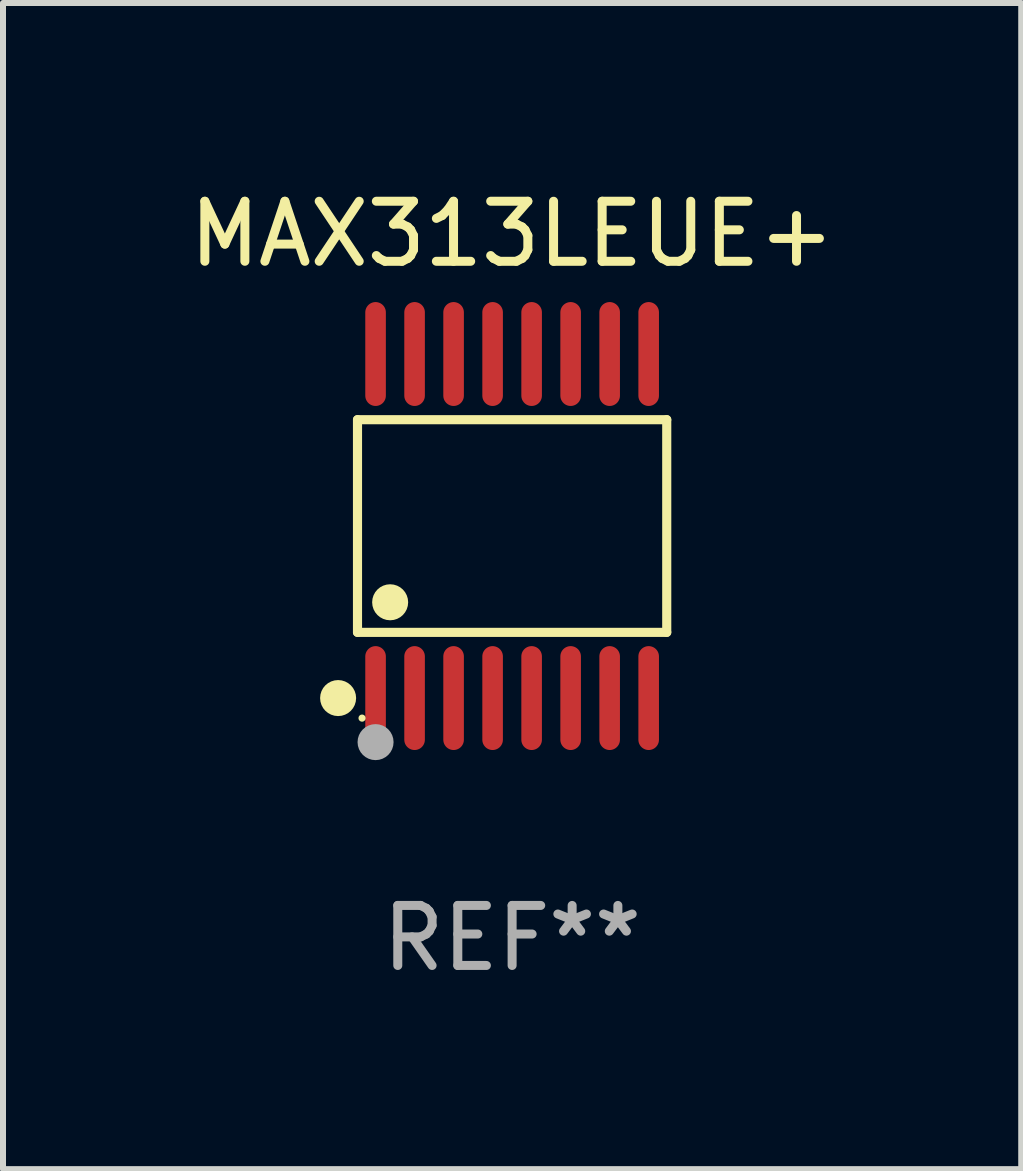
<source format=kicad_pcb>
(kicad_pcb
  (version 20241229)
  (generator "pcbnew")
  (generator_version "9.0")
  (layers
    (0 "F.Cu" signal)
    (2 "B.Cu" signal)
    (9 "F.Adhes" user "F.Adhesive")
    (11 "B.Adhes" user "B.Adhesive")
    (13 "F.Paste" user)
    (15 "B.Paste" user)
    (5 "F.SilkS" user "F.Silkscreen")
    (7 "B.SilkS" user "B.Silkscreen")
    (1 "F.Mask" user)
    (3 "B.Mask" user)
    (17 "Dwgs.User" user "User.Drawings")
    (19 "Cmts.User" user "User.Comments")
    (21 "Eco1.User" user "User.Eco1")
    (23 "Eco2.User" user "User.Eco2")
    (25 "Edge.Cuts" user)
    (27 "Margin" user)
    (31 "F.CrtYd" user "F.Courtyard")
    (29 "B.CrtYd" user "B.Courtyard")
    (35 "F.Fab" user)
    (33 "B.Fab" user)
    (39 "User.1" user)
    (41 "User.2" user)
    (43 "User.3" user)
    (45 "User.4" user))
  (footprint "MAX313LEUE+"
    (layer "F.Cu")
    (at 5.482 5.714)
    (property "Reference" "MAX313LEUE+" (at 0 -4.866 0) (layer "F.SilkS") (effects (font (size 1 1) (thickness 0.15))))
    (attr through_hole)
    (fp_line (start -2.576 -1.772) (end 2.576 -1.772) (stroke (width 0.152) (type solid)) (layer "F.SilkS"))
    (fp_line (start -2.576 1.771) (end -2.576 -1.772) (stroke (width 0.152) (type solid)) (layer "F.SilkS"))
    (fp_line (start 2.576 -1.772) (end 2.576 1.771) (stroke (width 0.152) (type solid)) (layer "F.SilkS"))
    (fp_line (start 2.576 1.771) (end -2.576 1.771) (stroke (width 0.152) (type solid)) (layer "F.SilkS"))
    (fp_circle (center -2.899 2.866) (end -2.749 2.866) (stroke (width 0.3) (type solid)) (fill no) (layer "F.SilkS"))
    (fp_circle (center -2.5 3.2) (end -2.47 3.2) (stroke (width 0.06) (type solid)) (fill no) (layer "F.SilkS"))
    (fp_circle (center -2.032 1.27) (end -1.882 1.27) (stroke (width 0.3) (type solid)) (fill no) (layer "F.SilkS"))
    (fp_circle (center -2.275 3.6) (end -2.125 3.6) (stroke (width 0.3) (type solid)) (fill no) (layer "F.Fab"))
    (fp_text user "REF**" (at 0 6.866 0) (layer "F.Fab") (effects (font (size 1 1) (thickness 0.15))))
    (pad "1" smd oval (at -2.275 2.866) (size 0.343 1.731) (layers "F.Cu" "F.Mask" "F.Paste"))
    (pad "2" smd oval (at -1.625 2.866) (size 0.343 1.731) (layers "F.Cu" "F.Mask" "F.Paste"))
    (pad "3" smd oval (at -0.975 2.866) (size 0.343 1.731) (layers "F.Cu" "F.Mask" "F.Paste"))
    (pad "4" smd oval (at -0.325 2.866) (size 0.343 1.731) (layers "F.Cu" "F.Mask" "F.Paste"))
    (pad "5" smd oval (at 0.325 2.866) (size 0.343 1.731) (layers "F.Cu" "F.Mask" "F.Paste"))
    (pad "6" smd oval (at 0.975 2.866) (size 0.343 1.731) (layers "F.Cu" "F.Mask" "F.Paste"))
    (pad "7" smd oval (at 1.625 2.866) (size 0.343 1.731) (layers "F.Cu" "F.Mask" "F.Paste"))
    (pad "8" smd oval (at 2.275 2.866) (size 0.343 1.731) (layers "F.Cu" "F.Mask" "F.Paste"))
    (pad "9" smd oval (at 2.275 -2.866) (size 0.343 1.731) (layers "F.Cu" "F.Mask" "F.Paste"))
    (pad "10" smd oval (at 1.625 -2.866) (size 0.343 1.731) (layers "F.Cu" "F.Mask" "F.Paste"))
    (pad "11" smd oval (at 0.975 -2.866) (size 0.343 1.731) (layers "F.Cu" "F.Mask" "F.Paste"))
    (pad "12" smd oval (at 0.325 -2.866) (size 0.343 1.731) (layers "F.Cu" "F.Mask" "F.Paste"))
    (pad "13" smd oval (at -0.325 -2.866) (size 0.343 1.731) (layers "F.Cu" "F.Mask" "F.Paste"))
    (pad "14" smd oval (at -0.975 -2.866) (size 0.343 1.731) (layers "F.Cu" "F.Mask" "F.Paste"))
    (pad "15" smd oval (at -1.625 -2.866) (size 0.343 1.731) (layers "F.Cu" "F.Mask" "F.Paste"))
    (pad "16" smd oval (at -2.275 -2.866) (size 0.343 1.731) (layers "F.Cu" "F.Mask" "F.Paste")))
  (gr_rect
    (start -3 -3)
    (end 13.964 16.428)
    (stroke (width 0.1) (type default))
    (fill no)
    (layer "Edge.Cuts")))
</source>
